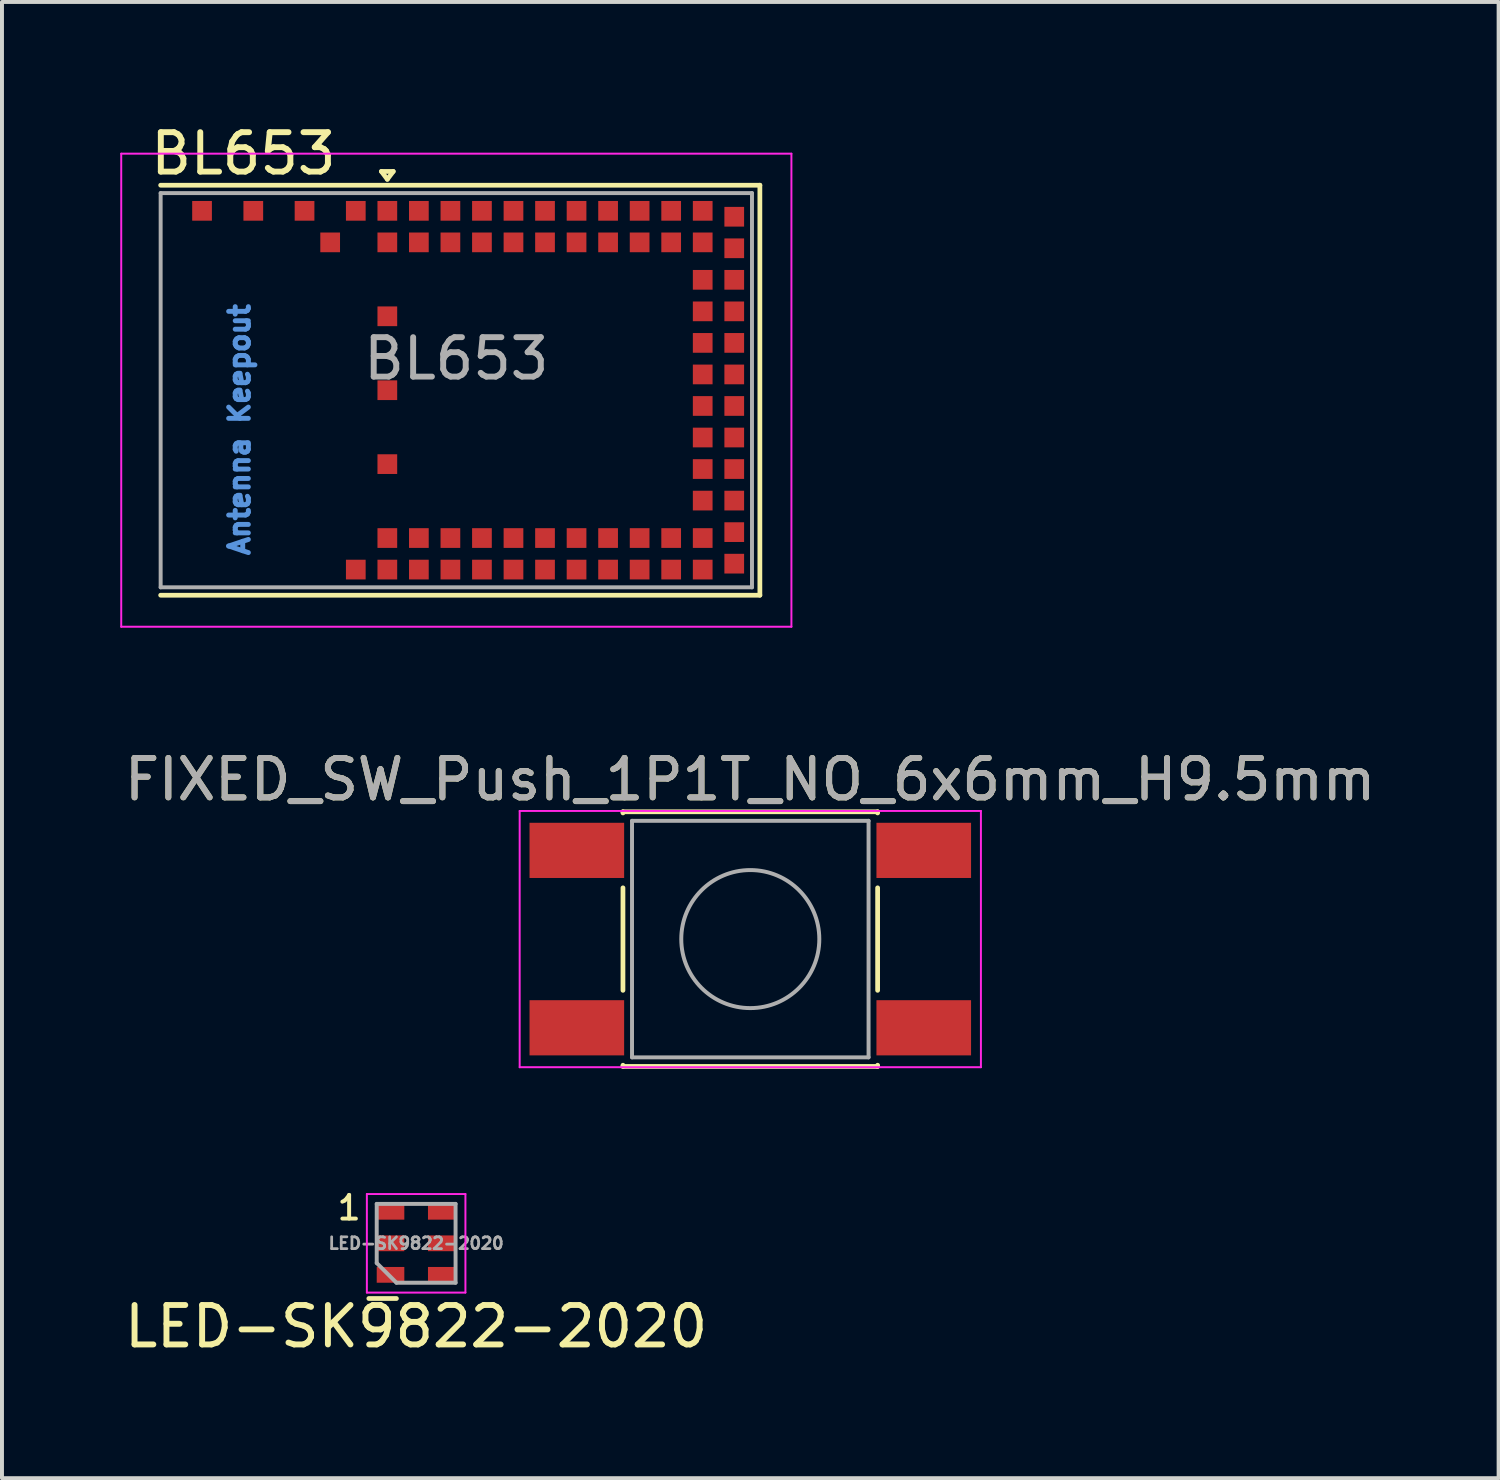
<source format=kicad_pcb>
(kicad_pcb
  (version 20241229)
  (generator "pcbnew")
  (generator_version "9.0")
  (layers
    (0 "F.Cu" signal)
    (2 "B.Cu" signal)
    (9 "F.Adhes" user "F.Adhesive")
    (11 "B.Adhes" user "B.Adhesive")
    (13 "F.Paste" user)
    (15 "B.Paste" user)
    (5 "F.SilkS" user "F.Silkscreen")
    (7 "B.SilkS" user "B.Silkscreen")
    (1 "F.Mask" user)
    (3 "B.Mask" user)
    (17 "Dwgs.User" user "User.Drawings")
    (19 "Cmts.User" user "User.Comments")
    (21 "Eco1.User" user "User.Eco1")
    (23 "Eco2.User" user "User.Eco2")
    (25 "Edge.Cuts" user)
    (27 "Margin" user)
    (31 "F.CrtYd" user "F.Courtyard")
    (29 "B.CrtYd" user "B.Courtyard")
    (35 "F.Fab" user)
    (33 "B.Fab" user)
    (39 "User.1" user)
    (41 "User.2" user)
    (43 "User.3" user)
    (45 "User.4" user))
  (footprint "FIXED_SW_Push_1P1T_NO_6x6mm_H9.5mm"
    (layer "F.Cu")
    (at 15.982 20.771)
    (property "Reference" "FIXED_SW_Push_1P1T_NO_6x6mm_H9.5mm" (at 0 -4.05 0) (layer "F.SilkS") (effects (font (size 1 1) (thickness 0.15))))
    (attr smd)
    (fp_line (start -3.23 -3.23) (end 3.23 -3.23) (stroke (width 0.12) (type solid)) (layer "F.SilkS"))
    (fp_line (start -3.23 -3.2) (end -3.23 -3.23) (stroke (width 0.12) (type solid)) (layer "F.SilkS"))
    (fp_line (start -3.23 -1.3) (end -3.23 1.3) (stroke (width 0.12) (type solid)) (layer "F.SilkS"))
    (fp_line (start -3.23 3.23) (end -3.23 3.2) (stroke (width 0.12) (type solid)) (layer "F.SilkS"))
    (fp_line (start -3.23 3.23) (end 3.23 3.23) (stroke (width 0.12) (type solid)) (layer "F.SilkS"))
    (fp_line (start 3.23 -3.23) (end 3.23 -3.2) (stroke (width 0.12) (type solid)) (layer "F.SilkS"))
    (fp_line (start 3.23 -1.3) (end 3.23 1.3) (stroke (width 0.12) (type solid)) (layer "F.SilkS"))
    (fp_line (start 3.23 3.23) (end 3.23 3.2) (stroke (width 0.12) (type solid)) (layer "F.SilkS"))
    (fp_line (start -5.85 -3.25) (end -5.85 3.25) (stroke (width 0.05) (type solid)) (layer "F.CrtYd"))
    (fp_line (start -5.85 -3.25) (end 5.85 -3.25) (stroke (width 0.05) (type solid)) (layer "F.CrtYd"))
    (fp_line (start -5.85 3.25) (end 5.85 3.25) (stroke (width 0.05) (type solid)) (layer "F.CrtYd"))
    (fp_line (start 5.85 3.25) (end 5.85 -3.25) (stroke (width 0.05) (type solid)) (layer "F.CrtYd"))
    (fp_line (start -3 -3) (end -3 3) (stroke (width 0.1) (type solid)) (layer "F.Fab"))
    (fp_line (start -3 3) (end 3 3) (stroke (width 0.1) (type solid)) (layer "F.Fab"))
    (fp_line (start 3 -3) (end -3 -3) (stroke (width 0.1) (type solid)) (layer "F.Fab"))
    (fp_line (start 3 3) (end 3 -3) (stroke (width 0.1) (type solid)) (layer "F.Fab"))
    (fp_circle (center 0 0) (end 1.75 -0.05) (stroke (width 0.1) (type solid)) (fill no) (layer "F.Fab"))
    (fp_text user "${REFERENCE}" (at 0 -4.05 0) (layer "F.Fab") (effects (font (size 1 1) (thickness 0.15))))
    (pad "1" smd rect (at -4.4 -2.25) (size 2.4 1.4) (layers "F.Cu" "F.Mask" "F.Paste"))
    (pad "1" smd rect (at 4.4 -2.25) (size 2.4 1.4) (layers "F.Cu" "F.Mask" "F.Paste"))
    (pad "2" smd rect (at -4.4 2.25) (size 2.4 1.4) (layers "F.Cu" "F.Mask" "F.Paste"))
    (pad "2" smd rect (at 4.4 2.25) (size 2.4 1.4) (layers "F.Cu" "F.Mask" "F.Paste")))
  (footprint "LED-SK9822-2020"
    (layer "F.Cu")
    (at 7.506 28.488)
    (property "Reference" "LED-SK9822-2020" (at 0 2.11 0) (layer "F.SilkS") (effects (font (size 1 1) (thickness 0.15))))
    (attr smd)
    (fp_line (start -1.2 1.4) (end -0.5 1.4) (stroke (width 0.12) (type solid)) (layer "F.SilkS"))
    (fp_line (start -1.25 -1.25) (end -1.25 1.25) (stroke (width 0.05) (type solid)) (layer "F.CrtYd"))
    (fp_line (start -1.25 -1.25) (end 1.25 -1.25) (stroke (width 0.05) (type solid)) (layer "F.CrtYd"))
    (fp_line (start 1.25 -1.25) (end 1.25 1.25) (stroke (width 0.05) (type solid)) (layer "F.CrtYd"))
    (fp_line (start 1.25 1.25) (end -1.25 1.25) (stroke (width 0.05) (type solid)) (layer "F.CrtYd"))
    (fp_line (start -1 -1) (end 1 -1) (stroke (width 0.1) (type solid)) (layer "F.Fab"))
    (fp_line (start -1 0.5) (end -1 -1) (stroke (width 0.1) (type solid)) (layer "F.Fab"))
    (fp_line (start -1 0.5) (end -0.5 1) (stroke (width 0.1) (type solid)) (layer "F.Fab"))
    (fp_line (start 1 -1) (end 1 1) (stroke (width 0.1) (type solid)) (layer "F.Fab"))
    (fp_line (start 1 1) (end -0.5 1) (stroke (width 0.1) (type solid)) (layer "F.Fab"))
    (fp_text user "1" (at -1.7 -0.9 0) (layer "F.SilkS") (effects (font (size 0.6 0.6) (thickness 0.1))))
    (fp_text user "${REFERENCE}" (at 0 0 0) (layer "F.Fab") (effects (font (size 0.3 0.3) (thickness 0.07))))
    (pad "1" smd rect (at -0.65 -0.8) (size 0.7 0.4) (layers "F.Cu" "F.Mask" "F.Paste"))
    (pad "2" smd rect (at -0.65 0) (size 0.7 0.4) (layers "F.Cu" "F.Mask" "F.Paste"))
    (pad "3" smd rect (at -0.65 0.8) (size 0.7 0.4) (layers "F.Cu" "F.Mask" "F.Paste"))
    (pad "4" smd rect (at 0.65 0.8) (size 0.7 0.4) (layers "F.Cu" "F.Mask" "F.Paste"))
    (pad "5" smd rect (at 0.65 0) (size 0.7 0.4) (layers "F.Cu" "F.Mask" "F.Paste"))
    (pad "6" smd rect (at 0.65 -0.8) (size 0.7 0.4) (layers "F.Cu" "F.Mask" "F.Paste")))
  (footprint "BL653"
    (layer "F.Cu")
    (at 8.525 6.848)
    (property "Reference" "BL653" (at -5.4 -6 0) (unlocked yes) (layer "F.SilkS") (effects (font (size 1 1) (thickness 0.15))))
    (attr smd)
    (fp_line (start -7.5 -5.2) (end 7.7 -5.2) (stroke (width 0.12) (type solid)) (layer "F.SilkS"))
    (fp_line (start -1.9 -5.55) (end -1.6 -5.55) (stroke (width 0.12) (type solid)) (layer "F.SilkS"))
    (fp_line (start -1.75 -5.35) (end -1.9 -5.55) (stroke (width 0.12) (type solid)) (layer "F.SilkS"))
    (fp_line (start -1.6 -5.55) (end -1.75 -5.35) (stroke (width 0.12) (type solid)) (layer "F.SilkS"))
    (fp_line (start 7.7 -5.2) (end 7.7 5.2) (stroke (width 0.12) (type solid)) (layer "F.SilkS"))
    (fp_line (start 7.7 5.2) (end -7.5 5.2) (stroke (width 0.12) (type solid)) (layer "F.SilkS"))
    (fp_line (start -8.5 -6) (end 8.5 -6) (stroke (width 0.05) (type solid)) (layer "F.CrtYd"))
    (fp_line (start -8.5 6) (end -8.5 -6) (stroke (width 0.05) (type solid)) (layer "F.CrtYd"))
    (fp_line (start 8.5 -6) (end 8.5 6) (stroke (width 0.05) (type solid)) (layer "F.CrtYd"))
    (fp_line (start 8.5 6) (end -8.5 6) (stroke (width 0.05) (type solid)) (layer "F.CrtYd"))
    (fp_line (start -7.5 -5) (end 7.5 -5) (stroke (width 0.1) (type solid)) (layer "F.Fab"))
    (fp_line (start -7.5 5) (end -7.5 -5) (stroke (width 0.1) (type solid)) (layer "F.Fab"))
    (fp_line (start 7.5 -5) (end 7.5 5) (stroke (width 0.1) (type solid)) (layer "F.Fab"))
    (fp_line (start 7.5 5) (end -7.5 5) (stroke (width 0.1) (type solid)) (layer "F.Fab"))
    (fp_text user "Antenna Keepout" (at -5.5 1 90) (unlocked yes) (layer "Cmts.User") (effects (font (size 0.5 0.5) (thickness 0.125))))
    (fp_text user "${REFERENCE}" (at 0 -0.8 0) (unlocked yes) (layer "F.Fab") (effects (font (size 1 1) (thickness 0.15))))
    (pad "0" smd rect (at -2.55 -4.55) (size 0.5 0.5) (layers "F.Cu" "F.Mask" "F.Paste"))
    (pad "1" smd rect (at -1.75 -4.55) (size 0.5 0.5) (layers "F.Cu" "F.Mask" "F.Paste"))
    (pad "2" smd rect (at -1.75 -3.75) (size 0.5 0.5) (layers "F.Cu" "F.Mask" "F.Paste"))
    (pad "3" smd rect (at -0.95 -4.55) (size 0.5 0.5) (layers "F.Cu" "F.Mask" "F.Paste"))
    (pad "4" smd rect (at -0.95 -3.75) (size 0.5 0.5) (layers "F.Cu" "F.Mask" "F.Paste"))
    (pad "5" smd rect (at -0.15 -4.55) (size 0.5 0.5) (layers "F.Cu" "F.Mask" "F.Paste"))
    (pad "6" smd rect (at -0.15 -3.75) (size 0.5 0.5) (layers "F.Cu" "F.Mask" "F.Paste"))
    (pad "7" smd rect (at 0.65 -4.55) (size 0.5 0.5) (layers "F.Cu" "F.Mask" "F.Paste"))
    (pad "8" smd rect (at 0.65 -3.75) (size 0.5 0.5) (layers "F.Cu" "F.Mask" "F.Paste"))
    (pad "9" smd rect (at 1.45 -4.55) (size 0.5 0.5) (layers "F.Cu" "F.Mask" "F.Paste"))
    (pad "10" smd rect (at 1.45 -3.75) (size 0.5 0.5) (layers "F.Cu" "F.Mask" "F.Paste"))
    (pad "11" smd rect (at 2.25 -4.55) (size 0.5 0.5) (layers "F.Cu" "F.Mask" "F.Paste"))
    (pad "12" smd rect (at 2.25 -3.75) (size 0.5 0.5) (layers "F.Cu" "F.Mask" "F.Paste"))
    (pad "13" smd rect (at 3.05 -4.55) (size 0.5 0.5) (layers "F.Cu" "F.Mask" "F.Paste"))
    (pad "14" smd rect (at 3.05 -3.75) (size 0.5 0.5) (layers "F.Cu" "F.Mask" "F.Paste"))
    (pad "15" smd rect (at 3.85 -4.55) (size 0.5 0.5) (layers "F.Cu" "F.Mask" "F.Paste"))
    (pad "16" smd rect (at 3.85 -3.75) (size 0.5 0.5) (layers "F.Cu" "F.Mask" "F.Paste"))
    (pad "17" smd rect (at 4.65 -4.55) (size 0.5 0.5) (layers "F.Cu" "F.Mask" "F.Paste"))
    (pad "18" smd rect (at 4.65 -3.75) (size 0.5 0.5) (layers "F.Cu" "F.Mask" "F.Paste"))
    (pad "19" smd rect (at 5.45 -4.55) (size 0.5 0.5) (layers "F.Cu" "F.Mask" "F.Paste"))
    (pad "20" smd rect (at 5.45 -3.75) (size 0.5 0.5) (layers "F.Cu" "F.Mask" "F.Paste"))
    (pad "21" smd rect (at 6.25 -4.55) (size 0.5 0.5) (layers "F.Cu" "F.Mask" "F.Paste"))
    (pad "22" smd rect (at 6.25 -3.75) (size 0.5 0.5) (layers "F.Cu" "F.Mask" "F.Paste"))
    (pad "23" smd rect (at 7.05 -4.4) (size 0.5 0.5) (layers "F.Cu" "F.Mask" "F.Paste"))
    (pad "24" smd rect (at 7.05 -3.6) (size 0.5 0.5) (layers "F.Cu" "F.Mask" "F.Paste"))
    (pad "25" smd rect (at 7.05 -2.8) (size 0.5 0.5) (layers "F.Cu" "F.Mask" "F.Paste"))
    (pad "26" smd rect (at 6.25 -2.8) (size 0.5 0.5) (layers "F.Cu" "F.Mask" "F.Paste"))
    (pad "27" smd rect (at 7.05 -2) (size 0.5 0.5) (layers "F.Cu" "F.Mask" "F.Paste"))
    (pad "28" smd rect (at 6.25 -2) (size 0.5 0.5) (layers "F.Cu" "F.Mask" "F.Paste"))
    (pad "29" smd rect (at 7.05 -1.2) (size 0.5 0.5) (layers "F.Cu" "F.Mask" "F.Paste"))
    (pad "30" smd rect (at 6.25 -1.2) (size 0.5 0.5) (layers "F.Cu" "F.Mask" "F.Paste"))
    (pad "31" smd rect (at 7.05 -0.4) (size 0.5 0.5) (layers "F.Cu" "F.Mask" "F.Paste"))
    (pad "32" smd rect (at 6.25 -0.4) (size 0.5 0.5) (layers "F.Cu" "F.Mask" "F.Paste"))
    (pad "33" smd rect (at 7.05 0.4) (size 0.5 0.5) (layers "F.Cu" "F.Mask" "F.Paste"))
    (pad "34" smd rect (at 6.25 0.4) (size 0.5 0.5) (layers "F.Cu" "F.Mask" "F.Paste"))
    (pad "35" smd rect (at 7.05 1.2) (size 0.5 0.5) (layers "F.Cu" "F.Mask" "F.Paste"))
    (pad "36" smd rect (at 6.25 1.2) (size 0.5 0.5) (layers "F.Cu" "F.Mask" "F.Paste"))
    (pad "37" smd rect (at 7.05 2) (size 0.5 0.5) (layers "F.Cu" "F.Mask" "F.Paste"))
    (pad "38" smd rect (at 6.25 2) (size 0.5 0.5) (layers "F.Cu" "F.Mask" "F.Paste"))
    (pad "39" smd rect (at 7.05 2.8) (size 0.5 0.5) (layers "F.Cu" "F.Mask" "F.Paste"))
    (pad "40" smd rect (at 6.25 2.8) (size 0.5 0.5) (layers "F.Cu" "F.Mask" "F.Paste"))
    (pad "41" smd rect (at 7.05 3.6) (size 0.5 0.5) (layers "F.Cu" "F.Mask" "F.Paste"))
    (pad "42" smd rect (at 7.05 4.4) (size 0.5 0.5) (layers "F.Cu" "F.Mask" "F.Paste"))
    (pad "43" smd rect (at 6.25 4.55) (size 0.5 0.5) (layers "F.Cu" "F.Mask" "F.Paste"))
    (pad "44" smd rect (at 6.25 3.75) (size 0.5 0.5) (layers "F.Cu" "F.Mask" "F.Paste"))
    (pad "45" smd rect (at 5.45 4.55 180) (size 0.5 0.5) (layers "F.Cu" "F.Mask" "F.Paste"))
    (pad "46" smd rect (at 5.45 3.75 180) (size 0.5 0.5) (layers "F.Cu" "F.Mask" "F.Paste"))
    (pad "47" smd rect (at 4.65 4.55 180) (size 0.5 0.5) (layers "F.Cu" "F.Mask" "F.Paste"))
    (pad "48" smd rect (at 4.65 3.75 180) (size 0.5 0.5) (layers "F.Cu" "F.Mask" "F.Paste"))
    (pad "49" smd rect (at 3.85 4.55 180) (size 0.5 0.5) (layers "F.Cu" "F.Mask" "F.Paste"))
    (pad "50" smd rect (at 3.85 3.75 180) (size 0.5 0.5) (layers "F.Cu" "F.Mask" "F.Paste"))
    (pad "51" smd rect (at 3.05 4.55 180) (size 0.5 0.5) (layers "F.Cu" "F.Mask" "F.Paste"))
    (pad "52" smd rect (at 3.05 3.75 180) (size 0.5 0.5) (layers "F.Cu" "F.Mask" "F.Paste"))
    (pad "53" smd rect (at 2.25 4.55 180) (size 0.5 0.5) (layers "F.Cu" "F.Mask" "F.Paste"))
    (pad "54" smd rect (at 2.25 3.75 180) (size 0.5 0.5) (layers "F.Cu" "F.Mask" "F.Paste"))
    (pad "55" smd rect (at 1.45 4.55 180) (size 0.5 0.5) (layers "F.Cu" "F.Mask" "F.Paste"))
    (pad "56" smd rect (at 1.45 3.75 180) (size 0.5 0.5) (layers "F.Cu" "F.Mask" "F.Paste"))
    (pad "57" smd rect (at 0.65 4.55 180) (size 0.5 0.5) (layers "F.Cu" "F.Mask" "F.Paste"))
    (pad "58" smd rect (at 0.65 3.75 180) (size 0.5 0.5) (layers "F.Cu" "F.Mask" "F.Paste"))
    (pad "59" smd rect (at -0.15 4.55 180) (size 0.5 0.5) (layers "F.Cu" "F.Mask" "F.Paste"))
    (pad "60" smd rect (at -0.15 3.75 180) (size 0.5 0.5) (layers "F.Cu" "F.Mask" "F.Paste"))
    (pad "61" smd rect (at -0.95 4.55 180) (size 0.5 0.5) (layers "F.Cu" "F.Mask" "F.Paste"))
    (pad "62" smd rect (at -0.95 3.75 180) (size 0.5 0.5) (layers "F.Cu" "F.Mask" "F.Paste"))
    (pad "63" smd rect (at -1.75 4.55 180) (size 0.5 0.5) (layers "F.Cu" "F.Mask" "F.Paste"))
    (pad "64" smd rect (at -1.75 3.75 180) (size 0.5 0.5) (layers "F.Cu" "F.Mask" "F.Paste"))
    (pad "65" smd rect (at -2.55 4.55 180) (size 0.5 0.5) (layers "F.Cu" "F.Mask" "F.Paste"))
    (pad "66" smd rect (at -3.85 -4.55) (size 0.5 0.5) (layers "F.Cu" "F.Mask" "F.Paste"))
    (pad "67" smd rect (at -5.15 -4.55) (size 0.5 0.5) (layers "F.Cu" "F.Mask" "F.Paste"))
    (pad "68" smd rect (at -6.45 -4.55) (size 0.5 0.5) (layers "F.Cu" "F.Mask" "F.Paste"))
    (pad "69" smd rect (at -1.75 1.875) (size 0.5 0.5) (layers "F.Cu" "F.Mask" "F.Paste"))
    (pad "70" smd rect (at -1.75 0) (size 0.5 0.5) (layers "F.Cu" "F.Mask" "F.Paste"))
    (pad "71" smd rect (at -1.75 -1.875) (size 0.5 0.5) (layers "F.Cu" "F.Mask" "F.Paste"))
    (pad "72" smd rect (at -3.2 -3.75) (size 0.5 0.5) (layers "F.Cu" "F.Mask" "F.Paste"))
    (zone (net_name "") (layers "F.Cu" "B.Cu") (name "Antenna Keepout") (hatch edge 0.508) (connect_pads) (min_thickness 0.254) (filled_areas_thickness no) (keepout (tracks not_allowed) (vias not_allowed) (pads allowed) (copperpour not_allowed) (footprints not_allowed)) (placement (enabled no)) (fill) (polygon (pts (xy 6.025 12.848) (xy 0.025 12.848) (xy 0.025 3.348) (xy 6.025 3.348)))))
  (gr_rect
    (start -3 -3)
    (end 34.964 34.446)
    (stroke (width 0.1) (type default))
    (fill no)
    (layer "Edge.Cuts")))
</source>
